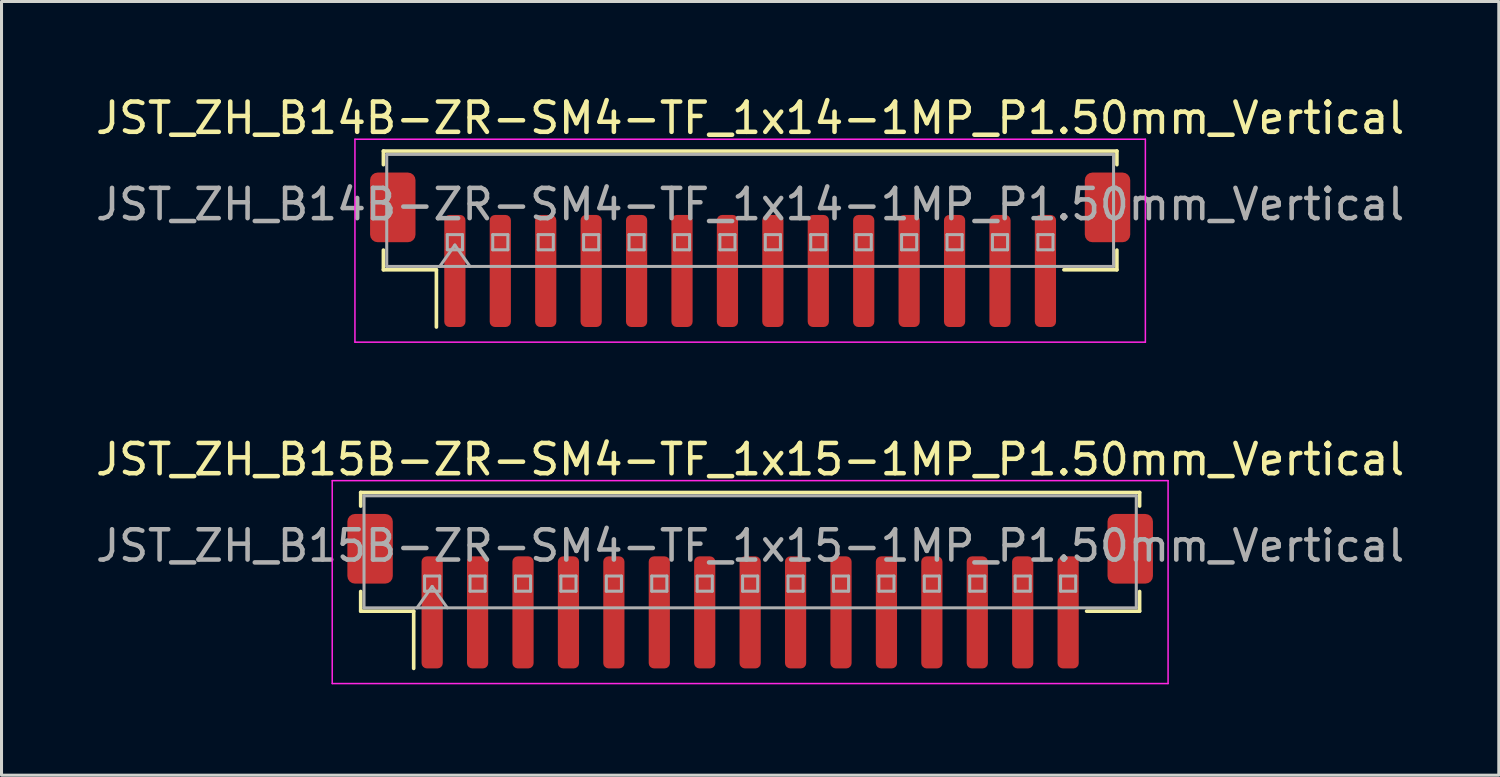
<source format=kicad_pcb>
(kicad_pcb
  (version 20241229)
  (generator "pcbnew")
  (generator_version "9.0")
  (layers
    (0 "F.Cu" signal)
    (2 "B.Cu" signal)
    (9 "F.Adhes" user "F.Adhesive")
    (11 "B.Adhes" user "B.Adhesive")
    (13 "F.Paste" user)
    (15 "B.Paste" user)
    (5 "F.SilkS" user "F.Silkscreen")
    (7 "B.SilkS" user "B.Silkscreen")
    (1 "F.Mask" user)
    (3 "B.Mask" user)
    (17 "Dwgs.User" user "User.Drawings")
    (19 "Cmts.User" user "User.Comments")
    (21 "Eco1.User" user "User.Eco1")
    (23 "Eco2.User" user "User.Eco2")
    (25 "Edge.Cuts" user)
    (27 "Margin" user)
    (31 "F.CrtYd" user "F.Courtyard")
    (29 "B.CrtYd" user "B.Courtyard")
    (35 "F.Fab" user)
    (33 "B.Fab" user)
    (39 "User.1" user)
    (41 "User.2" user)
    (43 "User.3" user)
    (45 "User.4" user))
  (footprint "JST_ZH_B15B-ZR-SM4-TF_1x15-1MP_P1.50mm_Vertical"
    (layer "F.Cu")
    (at 21.72 16.471)
    (property "Reference" "JST_ZH_B15B-ZR-SM4-TF_1x15-1MP_P1.50mm_Vertical" (at 0 -4.35 0) (layer "F.SilkS") (effects (font (size 1 1) (thickness 0.15))))
    (attr smd)
    (fp_line (start -12.86 -3.26) (end 12.86 -3.26) (stroke (width 0.12) (type solid)) (layer "F.SilkS"))
    (fp_line (start -12.86 -2.81) (end -12.86 -3.26) (stroke (width 0.12) (type solid)) (layer "F.SilkS"))
    (fp_line (start -12.86 0.01) (end -12.86 0.66) (stroke (width 0.12) (type solid)) (layer "F.SilkS"))
    (fp_line (start -12.86 0.66) (end -11.11 0.66) (stroke (width 0.12) (type solid)) (layer "F.SilkS"))
    (fp_line (start -11.11 0.66) (end -11.11 2.55) (stroke (width 0.12) (type solid)) (layer "F.SilkS"))
    (fp_line (start 12.86 -3.26) (end 12.86 -2.81) (stroke (width 0.12) (type solid)) (layer "F.SilkS"))
    (fp_line (start 12.86 0.01) (end 12.86 0.66) (stroke (width 0.12) (type solid)) (layer "F.SilkS"))
    (fp_line (start 12.86 0.66) (end 11.11 0.66) (stroke (width 0.12) (type solid)) (layer "F.SilkS"))
    (fp_line (start -13.8 -3.65) (end -13.8 3.05) (stroke (width 0.05) (type solid)) (layer "F.CrtYd"))
    (fp_line (start -13.8 3.05) (end 13.8 3.05) (stroke (width 0.05) (type solid)) (layer "F.CrtYd"))
    (fp_line (start 13.8 -3.65) (end -13.8 -3.65) (stroke (width 0.05) (type solid)) (layer "F.CrtYd"))
    (fp_line (start 13.8 3.05) (end 13.8 -3.65) (stroke (width 0.05) (type solid)) (layer "F.CrtYd"))
    (fp_line (start -12.75 -3.15) (end 12.75 -3.15) (stroke (width 0.1) (type solid)) (layer "F.Fab"))
    (fp_line (start -12.75 0.55) (end -12.75 -3.15) (stroke (width 0.1) (type solid)) (layer "F.Fab"))
    (fp_line (start -12.75 0.55) (end 12.75 0.55) (stroke (width 0.1) (type solid)) (layer "F.Fab"))
    (fp_line (start -11 0.55) (end -10.5 -0.157) (stroke (width 0.1) (type solid)) (layer "F.Fab"))
    (fp_line (start -10.75 -0.5) (end -10.75 0) (stroke (width 0.1) (type solid)) (layer "F.Fab"))
    (fp_line (start -10.75 0) (end -10.25 0) (stroke (width 0.1) (type solid)) (layer "F.Fab"))
    (fp_line (start -10.5 -0.157) (end -10 0.55) (stroke (width 0.1) (type solid)) (layer "F.Fab"))
    (fp_line (start -10.25 -0.5) (end -10.75 -0.5) (stroke (width 0.1) (type solid)) (layer "F.Fab"))
    (fp_line (start -10.25 0) (end -10.25 -0.5) (stroke (width 0.1) (type solid)) (layer "F.Fab"))
    (fp_line (start -9.25 -0.5) (end -9.25 0) (stroke (width 0.1) (type solid)) (layer "F.Fab"))
    (fp_line (start -9.25 0) (end -8.75 0) (stroke (width 0.1) (type solid)) (layer "F.Fab"))
    (fp_line (start -8.75 -0.5) (end -9.25 -0.5) (stroke (width 0.1) (type solid)) (layer "F.Fab"))
    (fp_line (start -8.75 0) (end -8.75 -0.5) (stroke (width 0.1) (type solid)) (layer "F.Fab"))
    (fp_line (start -7.75 -0.5) (end -7.75 0) (stroke (width 0.1) (type solid)) (layer "F.Fab"))
    (fp_line (start -7.75 0) (end -7.25 0) (stroke (width 0.1) (type solid)) (layer "F.Fab"))
    (fp_line (start -7.25 -0.5) (end -7.75 -0.5) (stroke (width 0.1) (type solid)) (layer "F.Fab"))
    (fp_line (start -7.25 0) (end -7.25 -0.5) (stroke (width 0.1) (type solid)) (layer "F.Fab"))
    (fp_line (start -6.25 -0.5) (end -6.25 0) (stroke (width 0.1) (type solid)) (layer "F.Fab"))
    (fp_line (start -6.25 0) (end -5.75 0) (stroke (width 0.1) (type solid)) (layer "F.Fab"))
    (fp_line (start -5.75 -0.5) (end -6.25 -0.5) (stroke (width 0.1) (type solid)) (layer "F.Fab"))
    (fp_line (start -5.75 0) (end -5.75 -0.5) (stroke (width 0.1) (type solid)) (layer "F.Fab"))
    (fp_line (start -4.75 -0.5) (end -4.75 0) (stroke (width 0.1) (type solid)) (layer "F.Fab"))
    (fp_line (start -4.75 0) (end -4.25 0) (stroke (width 0.1) (type solid)) (layer "F.Fab"))
    (fp_line (start -4.25 -0.5) (end -4.75 -0.5) (stroke (width 0.1) (type solid)) (layer "F.Fab"))
    (fp_line (start -4.25 0) (end -4.25 -0.5) (stroke (width 0.1) (type solid)) (layer "F.Fab"))
    (fp_line (start -3.25 -0.5) (end -3.25 0) (stroke (width 0.1) (type solid)) (layer "F.Fab"))
    (fp_line (start -3.25 0) (end -2.75 0) (stroke (width 0.1) (type solid)) (layer "F.Fab"))
    (fp_line (start -2.75 -0.5) (end -3.25 -0.5) (stroke (width 0.1) (type solid)) (layer "F.Fab"))
    (fp_line (start -2.75 0) (end -2.75 -0.5) (stroke (width 0.1) (type solid)) (layer "F.Fab"))
    (fp_line (start -1.75 -0.5) (end -1.75 0) (stroke (width 0.1) (type solid)) (layer "F.Fab"))
    (fp_line (start -1.75 0) (end -1.25 0) (stroke (width 0.1) (type solid)) (layer "F.Fab"))
    (fp_line (start -1.25 -0.5) (end -1.75 -0.5) (stroke (width 0.1) (type solid)) (layer "F.Fab"))
    (fp_line (start -1.25 0) (end -1.25 -0.5) (stroke (width 0.1) (type solid)) (layer "F.Fab"))
    (fp_line (start -0.25 -0.5) (end -0.25 0) (stroke (width 0.1) (type solid)) (layer "F.Fab"))
    (fp_line (start -0.25 0) (end 0.25 0) (stroke (width 0.1) (type solid)) (layer "F.Fab"))
    (fp_line (start 0.25 -0.5) (end -0.25 -0.5) (stroke (width 0.1) (type solid)) (layer "F.Fab"))
    (fp_line (start 0.25 0) (end 0.25 -0.5) (stroke (width 0.1) (type solid)) (layer "F.Fab"))
    (fp_line (start 1.25 -0.5) (end 1.25 0) (stroke (width 0.1) (type solid)) (layer "F.Fab"))
    (fp_line (start 1.25 0) (end 1.75 0) (stroke (width 0.1) (type solid)) (layer "F.Fab"))
    (fp_line (start 1.75 -0.5) (end 1.25 -0.5) (stroke (width 0.1) (type solid)) (layer "F.Fab"))
    (fp_line (start 1.75 0) (end 1.75 -0.5) (stroke (width 0.1) (type solid)) (layer "F.Fab"))
    (fp_line (start 2.75 -0.5) (end 2.75 0) (stroke (width 0.1) (type solid)) (layer "F.Fab"))
    (fp_line (start 2.75 0) (end 3.25 0) (stroke (width 0.1) (type solid)) (layer "F.Fab"))
    (fp_line (start 3.25 -0.5) (end 2.75 -0.5) (stroke (width 0.1) (type solid)) (layer "F.Fab"))
    (fp_line (start 3.25 0) (end 3.25 -0.5) (stroke (width 0.1) (type solid)) (layer "F.Fab"))
    (fp_line (start 4.25 -0.5) (end 4.25 0) (stroke (width 0.1) (type solid)) (layer "F.Fab"))
    (fp_line (start 4.25 0) (end 4.75 0) (stroke (width 0.1) (type solid)) (layer "F.Fab"))
    (fp_line (start 4.75 -0.5) (end 4.25 -0.5) (stroke (width 0.1) (type solid)) (layer "F.Fab"))
    (fp_line (start 4.75 0) (end 4.75 -0.5) (stroke (width 0.1) (type solid)) (layer "F.Fab"))
    (fp_line (start 5.75 -0.5) (end 5.75 0) (stroke (width 0.1) (type solid)) (layer "F.Fab"))
    (fp_line (start 5.75 0) (end 6.25 0) (stroke (width 0.1) (type solid)) (layer "F.Fab"))
    (fp_line (start 6.25 -0.5) (end 5.75 -0.5) (stroke (width 0.1) (type solid)) (layer "F.Fab"))
    (fp_line (start 6.25 0) (end 6.25 -0.5) (stroke (width 0.1) (type solid)) (layer "F.Fab"))
    (fp_line (start 7.25 -0.5) (end 7.25 0) (stroke (width 0.1) (type solid)) (layer "F.Fab"))
    (fp_line (start 7.25 0) (end 7.75 0) (stroke (width 0.1) (type solid)) (layer "F.Fab"))
    (fp_line (start 7.75 -0.5) (end 7.25 -0.5) (stroke (width 0.1) (type solid)) (layer "F.Fab"))
    (fp_line (start 7.75 0) (end 7.75 -0.5) (stroke (width 0.1) (type solid)) (layer "F.Fab"))
    (fp_line (start 8.75 -0.5) (end 8.75 0) (stroke (width 0.1) (type solid)) (layer "F.Fab"))
    (fp_line (start 8.75 0) (end 9.25 0) (stroke (width 0.1) (type solid)) (layer "F.Fab"))
    (fp_line (start 9.25 -0.5) (end 8.75 -0.5) (stroke (width 0.1) (type solid)) (layer "F.Fab"))
    (fp_line (start 9.25 0) (end 9.25 -0.5) (stroke (width 0.1) (type solid)) (layer "F.Fab"))
    (fp_line (start 10.25 -0.5) (end 10.25 0) (stroke (width 0.1) (type solid)) (layer "F.Fab"))
    (fp_line (start 10.25 0) (end 10.75 0) (stroke (width 0.1) (type solid)) (layer "F.Fab"))
    (fp_line (start 10.75 -0.5) (end 10.25 -0.5) (stroke (width 0.1) (type solid)) (layer "F.Fab"))
    (fp_line (start 10.75 0) (end 10.75 -0.5) (stroke (width 0.1) (type solid)) (layer "F.Fab"))
    (fp_line (start 12.75 0.55) (end 12.75 -3.15) (stroke (width 0.1) (type solid)) (layer "F.Fab"))
    (fp_text user "${REFERENCE}" (at 0 -1.5 0) (layer "F.Fab") (effects (font (size 1 1) (thickness 0.15))))
    (pad "1" smd roundrect (at -10.5 0.7) (size 0.7 3.7) (layers "F.Cu" "F.Mask" "F.Paste") (roundrect_rratio 0.25))
    (pad "2" smd roundrect (at -9 0.7) (size 0.7 3.7) (layers "F.Cu" "F.Mask" "F.Paste") (roundrect_rratio 0.25))
    (pad "3" smd roundrect (at -7.5 0.7) (size 0.7 3.7) (layers "F.Cu" "F.Mask" "F.Paste") (roundrect_rratio 0.25))
    (pad "4" smd roundrect (at -6 0.7) (size 0.7 3.7) (layers "F.Cu" "F.Mask" "F.Paste") (roundrect_rratio 0.25))
    (pad "5" smd roundrect (at -4.5 0.7) (size 0.7 3.7) (layers "F.Cu" "F.Mask" "F.Paste") (roundrect_rratio 0.25))
    (pad "6" smd roundrect (at -3 0.7) (size 0.7 3.7) (layers "F.Cu" "F.Mask" "F.Paste") (roundrect_rratio 0.25))
    (pad "7" smd roundrect (at -1.5 0.7) (size 0.7 3.7) (layers "F.Cu" "F.Mask" "F.Paste") (roundrect_rratio 0.25))
    (pad "8" smd roundrect (at 0 0.7) (size 0.7 3.7) (layers "F.Cu" "F.Mask" "F.Paste") (roundrect_rratio 0.25))
    (pad "9" smd roundrect (at 1.5 0.7) (size 0.7 3.7) (layers "F.Cu" "F.Mask" "F.Paste") (roundrect_rratio 0.25))
    (pad "10" smd roundrect (at 3 0.7) (size 0.7 3.7) (layers "F.Cu" "F.Mask" "F.Paste") (roundrect_rratio 0.25))
    (pad "11" smd roundrect (at 4.5 0.7) (size 0.7 3.7) (layers "F.Cu" "F.Mask" "F.Paste") (roundrect_rratio 0.25))
    (pad "12" smd roundrect (at 6 0.7) (size 0.7 3.7) (layers "F.Cu" "F.Mask" "F.Paste") (roundrect_rratio 0.25))
    (pad "13" smd roundrect (at 7.5 0.7) (size 0.7 3.7) (layers "F.Cu" "F.Mask" "F.Paste") (roundrect_rratio 0.25))
    (pad "14" smd roundrect (at 9 0.7) (size 0.7 3.7) (layers "F.Cu" "F.Mask" "F.Paste") (roundrect_rratio 0.25))
    (pad "15" smd roundrect (at 10.5 0.7) (size 0.7 3.7) (layers "F.Cu" "F.Mask" "F.Paste") (roundrect_rratio 0.25))
    (pad "MP" smd roundrect (at -12.55 -1.4) (size 1.5 2.3) (layers "F.Cu" "F.Mask" "F.Paste") (roundrect_rratio 0.167))
    (pad "MP" smd roundrect (at 12.55 -1.4) (size 1.5 2.3) (layers "F.Cu" "F.Mask" "F.Paste") (roundrect_rratio 0.167)))
  (footprint "JST_ZH_B14B-ZR-SM4-TF_1x14-1MP_P1.50mm_Vertical"
    (layer "F.Cu")
    (at 21.72 5.198)
    (property "Reference" "JST_ZH_B14B-ZR-SM4-TF_1x14-1MP_P1.50mm_Vertical" (at 0 -4.35 0) (layer "F.SilkS") (effects (font (size 1 1) (thickness 0.15))))
    (attr smd)
    (fp_line (start -12.11 -3.26) (end 12.11 -3.26) (stroke (width 0.12) (type solid)) (layer "F.SilkS"))
    (fp_line (start -12.11 -2.81) (end -12.11 -3.26) (stroke (width 0.12) (type solid)) (layer "F.SilkS"))
    (fp_line (start -12.11 0.01) (end -12.11 0.66) (stroke (width 0.12) (type solid)) (layer "F.SilkS"))
    (fp_line (start -12.11 0.66) (end -10.36 0.66) (stroke (width 0.12) (type solid)) (layer "F.SilkS"))
    (fp_line (start -10.36 0.66) (end -10.36 2.55) (stroke (width 0.12) (type solid)) (layer "F.SilkS"))
    (fp_line (start 12.11 -3.26) (end 12.11 -2.81) (stroke (width 0.12) (type solid)) (layer "F.SilkS"))
    (fp_line (start 12.11 0.01) (end 12.11 0.66) (stroke (width 0.12) (type solid)) (layer "F.SilkS"))
    (fp_line (start 12.11 0.66) (end 10.36 0.66) (stroke (width 0.12) (type solid)) (layer "F.SilkS"))
    (fp_line (start -13.05 -3.65) (end -13.05 3.05) (stroke (width 0.05) (type solid)) (layer "F.CrtYd"))
    (fp_line (start -13.05 3.05) (end 13.05 3.05) (stroke (width 0.05) (type solid)) (layer "F.CrtYd"))
    (fp_line (start 13.05 -3.65) (end -13.05 -3.65) (stroke (width 0.05) (type solid)) (layer "F.CrtYd"))
    (fp_line (start 13.05 3.05) (end 13.05 -3.65) (stroke (width 0.05) (type solid)) (layer "F.CrtYd"))
    (fp_line (start -12 -3.15) (end 12 -3.15) (stroke (width 0.1) (type solid)) (layer "F.Fab"))
    (fp_line (start -12 0.55) (end -12 -3.15) (stroke (width 0.1) (type solid)) (layer "F.Fab"))
    (fp_line (start -12 0.55) (end 12 0.55) (stroke (width 0.1) (type solid)) (layer "F.Fab"))
    (fp_line (start -10.25 0.55) (end -9.75 -0.157) (stroke (width 0.1) (type solid)) (layer "F.Fab"))
    (fp_line (start -10 -0.5) (end -10 0) (stroke (width 0.1) (type solid)) (layer "F.Fab"))
    (fp_line (start -10 0) (end -9.5 0) (stroke (width 0.1) (type solid)) (layer "F.Fab"))
    (fp_line (start -9.75 -0.157) (end -9.25 0.55) (stroke (width 0.1) (type solid)) (layer "F.Fab"))
    (fp_line (start -9.5 -0.5) (end -10 -0.5) (stroke (width 0.1) (type solid)) (layer "F.Fab"))
    (fp_line (start -9.5 0) (end -9.5 -0.5) (stroke (width 0.1) (type solid)) (layer "F.Fab"))
    (fp_line (start -8.5 -0.5) (end -8.5 0) (stroke (width 0.1) (type solid)) (layer "F.Fab"))
    (fp_line (start -8.5 0) (end -8 0) (stroke (width 0.1) (type solid)) (layer "F.Fab"))
    (fp_line (start -8 -0.5) (end -8.5 -0.5) (stroke (width 0.1) (type solid)) (layer "F.Fab"))
    (fp_line (start -8 0) (end -8 -0.5) (stroke (width 0.1) (type solid)) (layer "F.Fab"))
    (fp_line (start -7 -0.5) (end -7 0) (stroke (width 0.1) (type solid)) (layer "F.Fab"))
    (fp_line (start -7 0) (end -6.5 0) (stroke (width 0.1) (type solid)) (layer "F.Fab"))
    (fp_line (start -6.5 -0.5) (end -7 -0.5) (stroke (width 0.1) (type solid)) (layer "F.Fab"))
    (fp_line (start -6.5 0) (end -6.5 -0.5) (stroke (width 0.1) (type solid)) (layer "F.Fab"))
    (fp_line (start -5.5 -0.5) (end -5.5 0) (stroke (width 0.1) (type solid)) (layer "F.Fab"))
    (fp_line (start -5.5 0) (end -5 0) (stroke (width 0.1) (type solid)) (layer "F.Fab"))
    (fp_line (start -5 -0.5) (end -5.5 -0.5) (stroke (width 0.1) (type solid)) (layer "F.Fab"))
    (fp_line (start -5 0) (end -5 -0.5) (stroke (width 0.1) (type solid)) (layer "F.Fab"))
    (fp_line (start -4 -0.5) (end -4 0) (stroke (width 0.1) (type solid)) (layer "F.Fab"))
    (fp_line (start -4 0) (end -3.5 0) (stroke (width 0.1) (type solid)) (layer "F.Fab"))
    (fp_line (start -3.5 -0.5) (end -4 -0.5) (stroke (width 0.1) (type solid)) (layer "F.Fab"))
    (fp_line (start -3.5 0) (end -3.5 -0.5) (stroke (width 0.1) (type solid)) (layer "F.Fab"))
    (fp_line (start -2.5 -0.5) (end -2.5 0) (stroke (width 0.1) (type solid)) (layer "F.Fab"))
    (fp_line (start -2.5 0) (end -2 0) (stroke (width 0.1) (type solid)) (layer "F.Fab"))
    (fp_line (start -2 -0.5) (end -2.5 -0.5) (stroke (width 0.1) (type solid)) (layer "F.Fab"))
    (fp_line (start -2 0) (end -2 -0.5) (stroke (width 0.1) (type solid)) (layer "F.Fab"))
    (fp_line (start -1 -0.5) (end -1 0) (stroke (width 0.1) (type solid)) (layer "F.Fab"))
    (fp_line (start -1 0) (end -0.5 0) (stroke (width 0.1) (type solid)) (layer "F.Fab"))
    (fp_line (start -0.5 -0.5) (end -1 -0.5) (stroke (width 0.1) (type solid)) (layer "F.Fab"))
    (fp_line (start -0.5 0) (end -0.5 -0.5) (stroke (width 0.1) (type solid)) (layer "F.Fab"))
    (fp_line (start 0.5 -0.5) (end 0.5 0) (stroke (width 0.1) (type solid)) (layer "F.Fab"))
    (fp_line (start 0.5 0) (end 1 0) (stroke (width 0.1) (type solid)) (layer "F.Fab"))
    (fp_line (start 1 -0.5) (end 0.5 -0.5) (stroke (width 0.1) (type solid)) (layer "F.Fab"))
    (fp_line (start 1 0) (end 1 -0.5) (stroke (width 0.1) (type solid)) (layer "F.Fab"))
    (fp_line (start 2 -0.5) (end 2 0) (stroke (width 0.1) (type solid)) (layer "F.Fab"))
    (fp_line (start 2 0) (end 2.5 0) (stroke (width 0.1) (type solid)) (layer "F.Fab"))
    (fp_line (start 2.5 -0.5) (end 2 -0.5) (stroke (width 0.1) (type solid)) (layer "F.Fab"))
    (fp_line (start 2.5 0) (end 2.5 -0.5) (stroke (width 0.1) (type solid)) (layer "F.Fab"))
    (fp_line (start 3.5 -0.5) (end 3.5 0) (stroke (width 0.1) (type solid)) (layer "F.Fab"))
    (fp_line (start 3.5 0) (end 4 0) (stroke (width 0.1) (type solid)) (layer "F.Fab"))
    (fp_line (start 4 -0.5) (end 3.5 -0.5) (stroke (width 0.1) (type solid)) (layer "F.Fab"))
    (fp_line (start 4 0) (end 4 -0.5) (stroke (width 0.1) (type solid)) (layer "F.Fab"))
    (fp_line (start 5 -0.5) (end 5 0) (stroke (width 0.1) (type solid)) (layer "F.Fab"))
    (fp_line (start 5 0) (end 5.5 0) (stroke (width 0.1) (type solid)) (layer "F.Fab"))
    (fp_line (start 5.5 -0.5) (end 5 -0.5) (stroke (width 0.1) (type solid)) (layer "F.Fab"))
    (fp_line (start 5.5 0) (end 5.5 -0.5) (stroke (width 0.1) (type solid)) (layer "F.Fab"))
    (fp_line (start 6.5 -0.5) (end 6.5 0) (stroke (width 0.1) (type solid)) (layer "F.Fab"))
    (fp_line (start 6.5 0) (end 7 0) (stroke (width 0.1) (type solid)) (layer "F.Fab"))
    (fp_line (start 7 -0.5) (end 6.5 -0.5) (stroke (width 0.1) (type solid)) (layer "F.Fab"))
    (fp_line (start 7 0) (end 7 -0.5) (stroke (width 0.1) (type solid)) (layer "F.Fab"))
    (fp_line (start 8 -0.5) (end 8 0) (stroke (width 0.1) (type solid)) (layer "F.Fab"))
    (fp_line (start 8 0) (end 8.5 0) (stroke (width 0.1) (type solid)) (layer "F.Fab"))
    (fp_line (start 8.5 -0.5) (end 8 -0.5) (stroke (width 0.1) (type solid)) (layer "F.Fab"))
    (fp_line (start 8.5 0) (end 8.5 -0.5) (stroke (width 0.1) (type solid)) (layer "F.Fab"))
    (fp_line (start 9.5 -0.5) (end 9.5 0) (stroke (width 0.1) (type solid)) (layer "F.Fab"))
    (fp_line (start 9.5 0) (end 10 0) (stroke (width 0.1) (type solid)) (layer "F.Fab"))
    (fp_line (start 10 -0.5) (end 9.5 -0.5) (stroke (width 0.1) (type solid)) (layer "F.Fab"))
    (fp_line (start 10 0) (end 10 -0.5) (stroke (width 0.1) (type solid)) (layer "F.Fab"))
    (fp_line (start 12 0.55) (end 12 -3.15) (stroke (width 0.1) (type solid)) (layer "F.Fab"))
    (fp_text user "${REFERENCE}" (at 0 -1.5 0) (layer "F.Fab") (effects (font (size 1 1) (thickness 0.15))))
    (pad "1" smd roundrect (at -9.75 0.7) (size 0.7 3.7) (layers "F.Cu" "F.Mask" "F.Paste") (roundrect_rratio 0.25))
    (pad "2" smd roundrect (at -8.25 0.7) (size 0.7 3.7) (layers "F.Cu" "F.Mask" "F.Paste") (roundrect_rratio 0.25))
    (pad "3" smd roundrect (at -6.75 0.7) (size 0.7 3.7) (layers "F.Cu" "F.Mask" "F.Paste") (roundrect_rratio 0.25))
    (pad "4" smd roundrect (at -5.25 0.7) (size 0.7 3.7) (layers "F.Cu" "F.Mask" "F.Paste") (roundrect_rratio 0.25))
    (pad "5" smd roundrect (at -3.75 0.7) (size 0.7 3.7) (layers "F.Cu" "F.Mask" "F.Paste") (roundrect_rratio 0.25))
    (pad "6" smd roundrect (at -2.25 0.7) (size 0.7 3.7) (layers "F.Cu" "F.Mask" "F.Paste") (roundrect_rratio 0.25))
    (pad "7" smd roundrect (at -0.75 0.7) (size 0.7 3.7) (layers "F.Cu" "F.Mask" "F.Paste") (roundrect_rratio 0.25))
    (pad "8" smd roundrect (at 0.75 0.7) (size 0.7 3.7) (layers "F.Cu" "F.Mask" "F.Paste") (roundrect_rratio 0.25))
    (pad "9" smd roundrect (at 2.25 0.7) (size 0.7 3.7) (layers "F.Cu" "F.Mask" "F.Paste") (roundrect_rratio 0.25))
    (pad "10" smd roundrect (at 3.75 0.7) (size 0.7 3.7) (layers "F.Cu" "F.Mask" "F.Paste") (roundrect_rratio 0.25))
    (pad "11" smd roundrect (at 5.25 0.7) (size 0.7 3.7) (layers "F.Cu" "F.Mask" "F.Paste") (roundrect_rratio 0.25))
    (pad "12" smd roundrect (at 6.75 0.7) (size 0.7 3.7) (layers "F.Cu" "F.Mask" "F.Paste") (roundrect_rratio 0.25))
    (pad "13" smd roundrect (at 8.25 0.7) (size 0.7 3.7) (layers "F.Cu" "F.Mask" "F.Paste") (roundrect_rratio 0.25))
    (pad "14" smd roundrect (at 9.75 0.7) (size 0.7 3.7) (layers "F.Cu" "F.Mask" "F.Paste") (roundrect_rratio 0.25))
    (pad "MP" smd roundrect (at -11.8 -1.4) (size 1.5 2.3) (layers "F.Cu" "F.Mask" "F.Paste") (roundrect_rratio 0.167))
    (pad "MP" smd roundrect (at 11.8 -1.4) (size 1.5 2.3) (layers "F.Cu" "F.Mask" "F.Paste") (roundrect_rratio 0.167)))
  (gr_rect
    (start -3 -3)
    (end 46.44 22.547)
    (stroke (width 0.1) (type default))
    (fill no)
    (layer "Edge.Cuts")))
</source>
